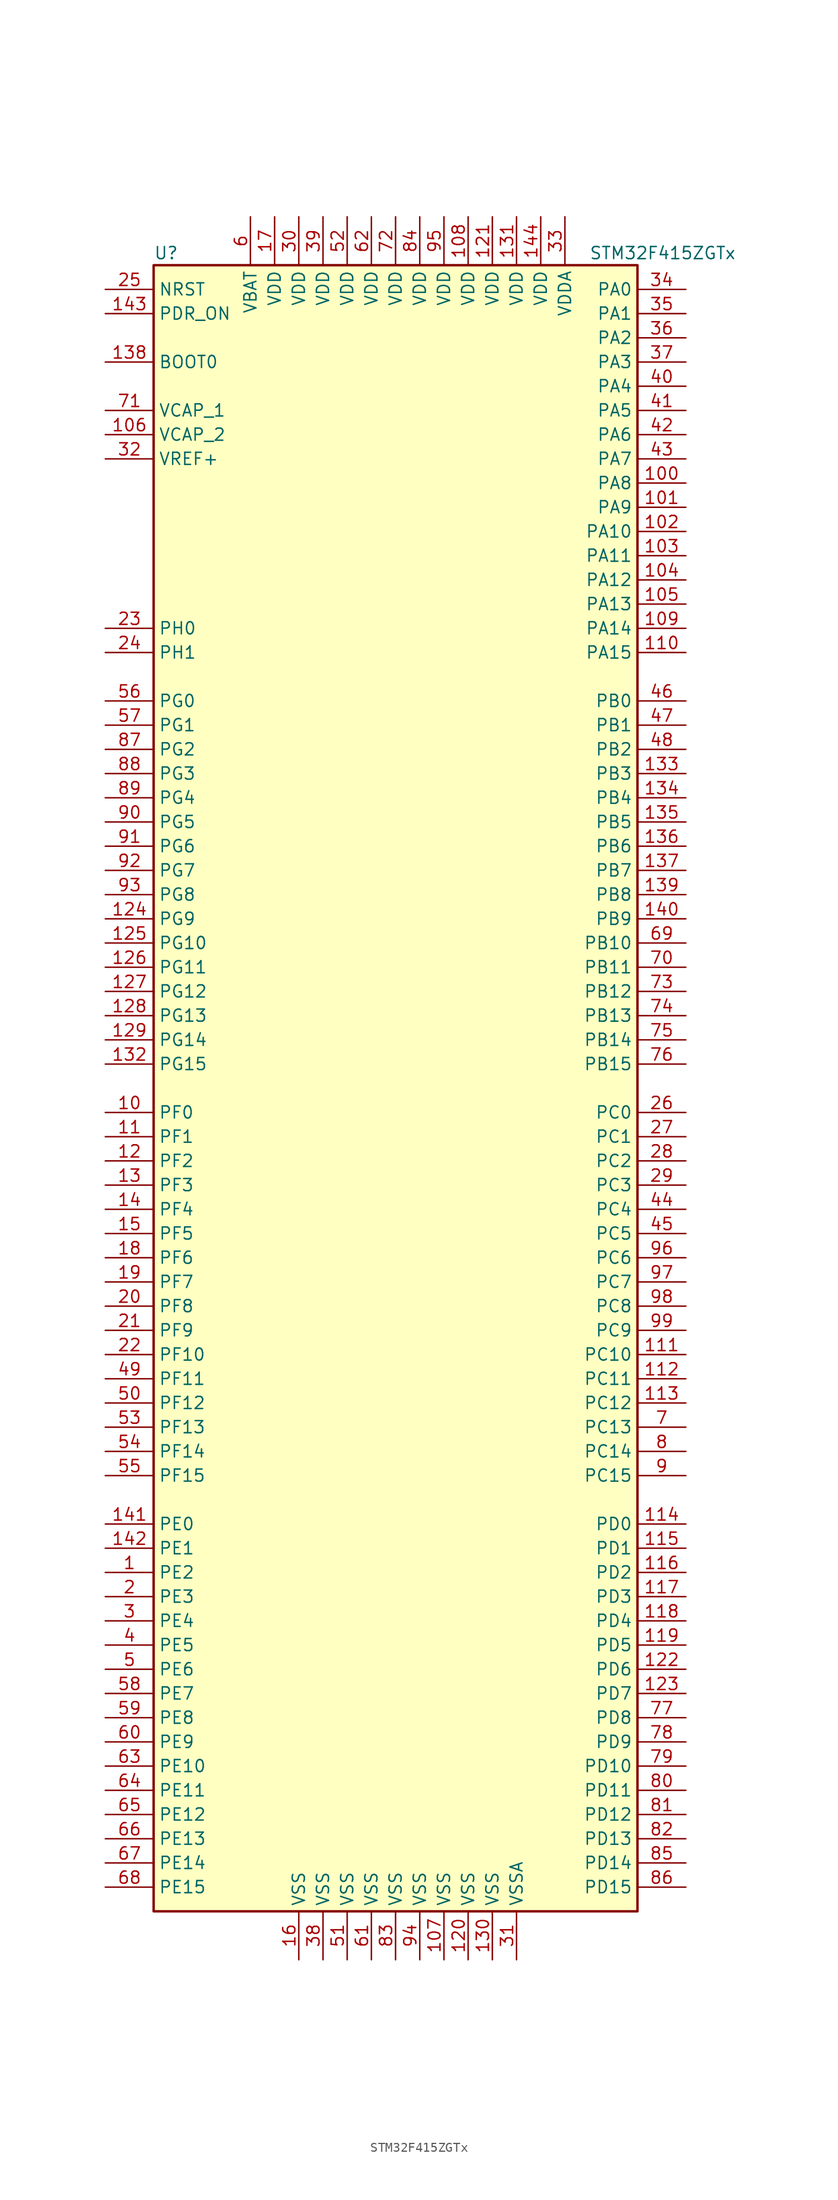
<source format=kicad_sym>
(kicad_symbol_lib
  (version 20220914)
  (generator kicad_symbol_editor)
  (symbol "STM32F415ZGTx"
    (property "Reference" "U"
      (at -25.4 87.63 0)
      (effects (font (size 1.27 1.27)) (justify left)))
    (property "Value" "STM32F415ZGTx"
      (at 20.32 87.63 0)
      (effects (font (size 1.27 1.27)) (justify left)))
    (symbol "STM32F415ZGTx_0_1"
      (rectangle (start -25.4 -86.36) (end 25.4 86.36) (stroke (width 0.254) (type default)) (fill (type background))))
    (symbol "STM32F415ZGTx_1_1"
      (pin bidirectional line (at -30.48 -50.8 0) (length 5.08) (name "PE2" (effects (font (size 1.27 1.27)))) (number "1" (effects (font (size 1.27 1.27)))))
      (pin bidirectional line (at -30.48 -2.54 0) (length 5.08) (name "PF0" (effects (font (size 1.27 1.27)))) (number "10" (effects (font (size 1.27 1.27)))))
      (pin bidirectional line (at 30.48 63.5 180) (length 5.08) (name "PA8" (effects (font (size 1.27 1.27)))) (number "100" (effects (font (size 1.27 1.27)))))
      (pin bidirectional line (at 30.48 60.96 180) (length 5.08) (name "PA9" (effects (font (size 1.27 1.27)))) (number "101" (effects (font (size 1.27 1.27)))))
      (pin bidirectional line (at 30.48 58.42 180) (length 5.08) (name "PA10" (effects (font (size 1.27 1.27)))) (number "102" (effects (font (size 1.27 1.27)))))
      (pin bidirectional line (at 30.48 55.88 180) (length 5.08) (name "PA11" (effects (font (size 1.27 1.27)))) (number "103" (effects (font (size 1.27 1.27)))))
      (pin bidirectional line (at 30.48 53.34 180) (length 5.08) (name "PA12" (effects (font (size 1.27 1.27)))) (number "104" (effects (font (size 1.27 1.27)))))
      (pin bidirectional line (at 30.48 50.8 180) (length 5.08) (name "PA13" (effects (font (size 1.27 1.27)))) (number "105" (effects (font (size 1.27 1.27)))))
      (pin power_in line (at -30.48 68.58 0) (length 5.08) (name "VCAP_2" (effects (font (size 1.27 1.27)))) (number "106" (effects (font (size 1.27 1.27)))))
      (pin power_in line (at 5.08 -91.44 90) (length 5.08) (name "VSS" (effects (font (size 1.27 1.27)))) (number "107" (effects (font (size 1.27 1.27)))))
      (pin power_in line (at 7.62 91.44 270) (length 5.08) (name "VDD" (effects (font (size 1.27 1.27)))) (number "108" (effects (font (size 1.27 1.27)))))
      (pin bidirectional line (at 30.48 48.26 180) (length 5.08) (name "PA14" (effects (font (size 1.27 1.27)))) (number "109" (effects (font (size 1.27 1.27)))))
      (pin bidirectional line (at -30.48 -5.08 0) (length 5.08) (name "PF1" (effects (font (size 1.27 1.27)))) (number "11" (effects (font (size 1.27 1.27)))))
      (pin bidirectional line (at 30.48 45.72 180) (length 5.08) (name "PA15" (effects (font (size 1.27 1.27)))) (number "110" (effects (font (size 1.27 1.27)))))
      (pin bidirectional line (at 30.48 -27.94 180) (length 5.08) (name "PC10" (effects (font (size 1.27 1.27)))) (number "111" (effects (font (size 1.27 1.27)))))
      (pin bidirectional line (at 30.48 -30.48 180) (length 5.08) (name "PC11" (effects (font (size 1.27 1.27)))) (number "112" (effects (font (size 1.27 1.27)))))
      (pin bidirectional line (at 30.48 -33.02 180) (length 5.08) (name "PC12" (effects (font (size 1.27 1.27)))) (number "113" (effects (font (size 1.27 1.27)))))
      (pin bidirectional line (at 30.48 -45.72 180) (length 5.08) (name "PD0" (effects (font (size 1.27 1.27)))) (number "114" (effects (font (size 1.27 1.27)))))
      (pin bidirectional line (at 30.48 -48.26 180) (length 5.08) (name "PD1" (effects (font (size 1.27 1.27)))) (number "115" (effects (font (size 1.27 1.27)))))
      (pin bidirectional line (at 30.48 -50.8 180) (length 5.08) (name "PD2" (effects (font (size 1.27 1.27)))) (number "116" (effects (font (size 1.27 1.27)))))
      (pin bidirectional line (at 30.48 -53.34 180) (length 5.08) (name "PD3" (effects (font (size 1.27 1.27)))) (number "117" (effects (font (size 1.27 1.27)))))
      (pin bidirectional line (at 30.48 -55.88 180) (length 5.08) (name "PD4" (effects (font (size 1.27 1.27)))) (number "118" (effects (font (size 1.27 1.27)))))
      (pin bidirectional line (at 30.48 -58.42 180) (length 5.08) (name "PD5" (effects (font (size 1.27 1.27)))) (number "119" (effects (font (size 1.27 1.27)))))
      (pin bidirectional line (at -30.48 -7.62 0) (length 5.08) (name "PF2" (effects (font (size 1.27 1.27)))) (number "12" (effects (font (size 1.27 1.27)))))
      (pin power_in line (at 7.62 -91.44 90) (length 5.08) (name "VSS" (effects (font (size 1.27 1.27)))) (number "120" (effects (font (size 1.27 1.27)))))
      (pin power_in line (at 10.16 91.44 270) (length 5.08) (name "VDD" (effects (font (size 1.27 1.27)))) (number "121" (effects (font (size 1.27 1.27)))))
      (pin bidirectional line (at 30.48 -60.96 180) (length 5.08) (name "PD6" (effects (font (size 1.27 1.27)))) (number "122" (effects (font (size 1.27 1.27)))))
      (pin bidirectional line (at 30.48 -63.5 180) (length 5.08) (name "PD7" (effects (font (size 1.27 1.27)))) (number "123" (effects (font (size 1.27 1.27)))))
      (pin bidirectional line (at -30.48 17.78 0) (length 5.08) (name "PG9" (effects (font (size 1.27 1.27)))) (number "124" (effects (font (size 1.27 1.27)))))
      (pin bidirectional line (at -30.48 15.24 0) (length 5.08) (name "PG10" (effects (font (size 1.27 1.27)))) (number "125" (effects (font (size 1.27 1.27)))))
      (pin bidirectional line (at -30.48 12.7 0) (length 5.08) (name "PG11" (effects (font (size 1.27 1.27)))) (number "126" (effects (font (size 1.27 1.27)))))
      (pin bidirectional line (at -30.48 10.16 0) (length 5.08) (name "PG12" (effects (font (size 1.27 1.27)))) (number "127" (effects (font (size 1.27 1.27)))))
      (pin bidirectional line (at -30.48 7.62 0) (length 5.08) (name "PG13" (effects (font (size 1.27 1.27)))) (number "128" (effects (font (size 1.27 1.27)))))
      (pin bidirectional line (at -30.48 5.08 0) (length 5.08) (name "PG14" (effects (font (size 1.27 1.27)))) (number "129" (effects (font (size 1.27 1.27)))))
      (pin bidirectional line (at -30.48 -10.16 0) (length 5.08) (name "PF3" (effects (font (size 1.27 1.27)))) (number "13" (effects (font (size 1.27 1.27)))))
      (pin power_in line (at 10.16 -91.44 90) (length 5.08) (name "VSS" (effects (font (size 1.27 1.27)))) (number "130" (effects (font (size 1.27 1.27)))))
      (pin power_in line (at 12.7 91.44 270) (length 5.08) (name "VDD" (effects (font (size 1.27 1.27)))) (number "131" (effects (font (size 1.27 1.27)))))
      (pin bidirectional line (at -30.48 2.54 0) (length 5.08) (name "PG15" (effects (font (size 1.27 1.27)))) (number "132" (effects (font (size 1.27 1.27)))))
      (pin bidirectional line (at 30.48 33.02 180) (length 5.08) (name "PB3" (effects (font (size 1.27 1.27)))) (number "133" (effects (font (size 1.27 1.27)))))
      (pin bidirectional line (at 30.48 30.48 180) (length 5.08) (name "PB4" (effects (font (size 1.27 1.27)))) (number "134" (effects (font (size 1.27 1.27)))))
      (pin bidirectional line (at 30.48 27.94 180) (length 5.08) (name "PB5" (effects (font (size 1.27 1.27)))) (number "135" (effects (font (size 1.27 1.27)))))
      (pin bidirectional line (at 30.48 25.4 180) (length 5.08) (name "PB6" (effects (font (size 1.27 1.27)))) (number "136" (effects (font (size 1.27 1.27)))))
      (pin bidirectional line (at 30.48 22.86 180) (length 5.08) (name "PB7" (effects (font (size 1.27 1.27)))) (number "137" (effects (font (size 1.27 1.27)))))
      (pin input line (at -30.48 76.2 0) (length 5.08) (name "BOOT0" (effects (font (size 1.27 1.27)))) (number "138" (effects (font (size 1.27 1.27)))))
      (pin bidirectional line (at 30.48 20.32 180) (length 5.08) (name "PB8" (effects (font (size 1.27 1.27)))) (number "139" (effects (font (size 1.27 1.27)))))
      (pin bidirectional line (at -30.48 -12.7 0) (length 5.08) (name "PF4" (effects (font (size 1.27 1.27)))) (number "14" (effects (font (size 1.27 1.27)))))
      (pin bidirectional line (at 30.48 17.78 180) (length 5.08) (name "PB9" (effects (font (size 1.27 1.27)))) (number "140" (effects (font (size 1.27 1.27)))))
      (pin bidirectional line (at -30.48 -45.72 0) (length 5.08) (name "PE0" (effects (font (size 1.27 1.27)))) (number "141" (effects (font (size 1.27 1.27)))))
      (pin bidirectional line (at -30.48 -48.26 0) (length 5.08) (name "PE1" (effects (font (size 1.27 1.27)))) (number "142" (effects (font (size 1.27 1.27)))))
      (pin input line (at -30.48 81.28 0) (length 5.08) (name "PDR_ON" (effects (font (size 1.27 1.27)))) (number "143" (effects (font (size 1.27 1.27)))))
      (pin power_in line (at 15.24 91.44 270) (length 5.08) (name "VDD" (effects (font (size 1.27 1.27)))) (number "144" (effects (font (size 1.27 1.27)))))
      (pin bidirectional line (at -30.48 -15.24 0) (length 5.08) (name "PF5" (effects (font (size 1.27 1.27)))) (number "15" (effects (font (size 1.27 1.27)))))
      (pin power_in line (at -10.16 -91.44 90) (length 5.08) (name "VSS" (effects (font (size 1.27 1.27)))) (number "16" (effects (font (size 1.27 1.27)))))
      (pin power_in line (at -12.7 91.44 270) (length 5.08) (name "VDD" (effects (font (size 1.27 1.27)))) (number "17" (effects (font (size 1.27 1.27)))))
      (pin bidirectional line (at -30.48 -17.78 0) (length 5.08) (name "PF6" (effects (font (size 1.27 1.27)))) (number "18" (effects (font (size 1.27 1.27)))))
      (pin bidirectional line (at -30.48 -20.32 0) (length 5.08) (name "PF7" (effects (font (size 1.27 1.27)))) (number "19" (effects (font (size 1.27 1.27)))))
      (pin bidirectional line (at -30.48 -53.34 0) (length 5.08) (name "PE3" (effects (font (size 1.27 1.27)))) (number "2" (effects (font (size 1.27 1.27)))))
      (pin bidirectional line (at -30.48 -22.86 0) (length 5.08) (name "PF8" (effects (font (size 1.27 1.27)))) (number "20" (effects (font (size 1.27 1.27)))))
      (pin bidirectional line (at -30.48 -25.4 0) (length 5.08) (name "PF9" (effects (font (size 1.27 1.27)))) (number "21" (effects (font (size 1.27 1.27)))))
      (pin bidirectional line (at -30.48 -27.94 0) (length 5.08) (name "PF10" (effects (font (size 1.27 1.27)))) (number "22" (effects (font (size 1.27 1.27)))))
      (pin input line (at -30.48 48.26 0) (length 5.08) (name "PH0" (effects (font (size 1.27 1.27)))) (number "23" (effects (font (size 1.27 1.27)))))
      (pin input line (at -30.48 45.72 0) (length 5.08) (name "PH1" (effects (font (size 1.27 1.27)))) (number "24" (effects (font (size 1.27 1.27)))))
      (pin input line (at -30.48 83.82 0) (length 5.08) (name "NRST" (effects (font (size 1.27 1.27)))) (number "25" (effects (font (size 1.27 1.27)))))
      (pin bidirectional line (at 30.48 -2.54 180) (length 5.08) (name "PC0" (effects (font (size 1.27 1.27)))) (number "26" (effects (font (size 1.27 1.27)))))
      (pin bidirectional line (at 30.48 -5.08 180) (length 5.08) (name "PC1" (effects (font (size 1.27 1.27)))) (number "27" (effects (font (size 1.27 1.27)))))
      (pin bidirectional line (at 30.48 -7.62 180) (length 5.08) (name "PC2" (effects (font (size 1.27 1.27)))) (number "28" (effects (font (size 1.27 1.27)))))
      (pin bidirectional line (at 30.48 -10.16 180) (length 5.08) (name "PC3" (effects (font (size 1.27 1.27)))) (number "29" (effects (font (size 1.27 1.27)))))
      (pin bidirectional line (at -30.48 -55.88 0) (length 5.08) (name "PE4" (effects (font (size 1.27 1.27)))) (number "3" (effects (font (size 1.27 1.27)))))
      (pin power_in line (at -10.16 91.44 270) (length 5.08) (name "VDD" (effects (font (size 1.27 1.27)))) (number "30" (effects (font (size 1.27 1.27)))))
      (pin power_in line (at 12.7 -91.44 90) (length 5.08) (name "VSSA" (effects (font (size 1.27 1.27)))) (number "31" (effects (font (size 1.27 1.27)))))
      (pin power_in line (at -30.48 66.04 0) (length 5.08) (name "VREF+" (effects (font (size 1.27 1.27)))) (number "32" (effects (font (size 1.27 1.27)))))
      (pin power_in line (at 17.78 91.44 270) (length 5.08) (name "VDDA" (effects (font (size 1.27 1.27)))) (number "33" (effects (font (size 1.27 1.27)))))
      (pin bidirectional line (at 30.48 83.82 180) (length 5.08) (name "PA0" (effects (font (size 1.27 1.27)))) (number "34" (effects (font (size 1.27 1.27)))))
      (pin bidirectional line (at 30.48 81.28 180) (length 5.08) (name "PA1" (effects (font (size 1.27 1.27)))) (number "35" (effects (font (size 1.27 1.27)))))
      (pin bidirectional line (at 30.48 78.74 180) (length 5.08) (name "PA2" (effects (font (size 1.27 1.27)))) (number "36" (effects (font (size 1.27 1.27)))))
      (pin bidirectional line (at 30.48 76.2 180) (length 5.08) (name "PA3" (effects (font (size 1.27 1.27)))) (number "37" (effects (font (size 1.27 1.27)))))
      (pin power_in line (at -7.62 -91.44 90) (length 5.08) (name "VSS" (effects (font (size 1.27 1.27)))) (number "38" (effects (font (size 1.27 1.27)))))
      (pin power_in line (at -7.62 91.44 270) (length 5.08) (name "VDD" (effects (font (size 1.27 1.27)))) (number "39" (effects (font (size 1.27 1.27)))))
      (pin bidirectional line (at -30.48 -58.42 0) (length 5.08) (name "PE5" (effects (font (size 1.27 1.27)))) (number "4" (effects (font (size 1.27 1.27)))))
      (pin bidirectional line (at 30.48 73.66 180) (length 5.08) (name "PA4" (effects (font (size 1.27 1.27)))) (number "40" (effects (font (size 1.27 1.27)))))
      (pin bidirectional line (at 30.48 71.12 180) (length 5.08) (name "PA5" (effects (font (size 1.27 1.27)))) (number "41" (effects (font (size 1.27 1.27)))))
      (pin bidirectional line (at 30.48 68.58 180) (length 5.08) (name "PA6" (effects (font (size 1.27 1.27)))) (number "42" (effects (font (size 1.27 1.27)))))
      (pin bidirectional line (at 30.48 66.04 180) (length 5.08) (name "PA7" (effects (font (size 1.27 1.27)))) (number "43" (effects (font (size 1.27 1.27)))))
      (pin bidirectional line (at 30.48 -12.7 180) (length 5.08) (name "PC4" (effects (font (size 1.27 1.27)))) (number "44" (effects (font (size 1.27 1.27)))))
      (pin bidirectional line (at 30.48 -15.24 180) (length 5.08) (name "PC5" (effects (font (size 1.27 1.27)))) (number "45" (effects (font (size 1.27 1.27)))))
      (pin bidirectional line (at 30.48 40.64 180) (length 5.08) (name "PB0" (effects (font (size 1.27 1.27)))) (number "46" (effects (font (size 1.27 1.27)))))
      (pin bidirectional line (at 30.48 38.1 180) (length 5.08) (name "PB1" (effects (font (size 1.27 1.27)))) (number "47" (effects (font (size 1.27 1.27)))))
      (pin bidirectional line (at 30.48 35.56 180) (length 5.08) (name "PB2" (effects (font (size 1.27 1.27)))) (number "48" (effects (font (size 1.27 1.27)))))
      (pin bidirectional line (at -30.48 -30.48 0) (length 5.08) (name "PF11" (effects (font (size 1.27 1.27)))) (number "49" (effects (font (size 1.27 1.27)))))
      (pin bidirectional line (at -30.48 -60.96 0) (length 5.08) (name "PE6" (effects (font (size 1.27 1.27)))) (number "5" (effects (font (size 1.27 1.27)))))
      (pin bidirectional line (at -30.48 -33.02 0) (length 5.08) (name "PF12" (effects (font (size 1.27 1.27)))) (number "50" (effects (font (size 1.27 1.27)))))
      (pin power_in line (at -5.08 -91.44 90) (length 5.08) (name "VSS" (effects (font (size 1.27 1.27)))) (number "51" (effects (font (size 1.27 1.27)))))
      (pin power_in line (at -5.08 91.44 270) (length 5.08) (name "VDD" (effects (font (size 1.27 1.27)))) (number "52" (effects (font (size 1.27 1.27)))))
      (pin bidirectional line (at -30.48 -35.56 0) (length 5.08) (name "PF13" (effects (font (size 1.27 1.27)))) (number "53" (effects (font (size 1.27 1.27)))))
      (pin bidirectional line (at -30.48 -38.1 0) (length 5.08) (name "PF14" (effects (font (size 1.27 1.27)))) (number "54" (effects (font (size 1.27 1.27)))))
      (pin bidirectional line (at -30.48 -40.64 0) (length 5.08) (name "PF15" (effects (font (size 1.27 1.27)))) (number "55" (effects (font (size 1.27 1.27)))))
      (pin bidirectional line (at -30.48 40.64 0) (length 5.08) (name "PG0" (effects (font (size 1.27 1.27)))) (number "56" (effects (font (size 1.27 1.27)))))
      (pin bidirectional line (at -30.48 38.1 0) (length 5.08) (name "PG1" (effects (font (size 1.27 1.27)))) (number "57" (effects (font (size 1.27 1.27)))))
      (pin bidirectional line (at -30.48 -63.5 0) (length 5.08) (name "PE7" (effects (font (size 1.27 1.27)))) (number "58" (effects (font (size 1.27 1.27)))))
      (pin bidirectional line (at -30.48 -66.04 0) (length 5.08) (name "PE8" (effects (font (size 1.27 1.27)))) (number "59" (effects (font (size 1.27 1.27)))))
      (pin power_in line (at -15.24 91.44 270) (length 5.08) (name "VBAT" (effects (font (size 1.27 1.27)))) (number "6" (effects (font (size 1.27 1.27)))))
      (pin bidirectional line (at -30.48 -68.58 0) (length 5.08) (name "PE9" (effects (font (size 1.27 1.27)))) (number "60" (effects (font (size 1.27 1.27)))))
      (pin power_in line (at -2.54 -91.44 90) (length 5.08) (name "VSS" (effects (font (size 1.27 1.27)))) (number "61" (effects (font (size 1.27 1.27)))))
      (pin power_in line (at -2.54 91.44 270) (length 5.08) (name "VDD" (effects (font (size 1.27 1.27)))) (number "62" (effects (font (size 1.27 1.27)))))
      (pin bidirectional line (at -30.48 -71.12 0) (length 5.08) (name "PE10" (effects (font (size 1.27 1.27)))) (number "63" (effects (font (size 1.27 1.27)))))
      (pin bidirectional line (at -30.48 -73.66 0) (length 5.08) (name "PE11" (effects (font (size 1.27 1.27)))) (number "64" (effects (font (size 1.27 1.27)))))
      (pin bidirectional line (at -30.48 -76.2 0) (length 5.08) (name "PE12" (effects (font (size 1.27 1.27)))) (number "65" (effects (font (size 1.27 1.27)))))
      (pin bidirectional line (at -30.48 -78.74 0) (length 5.08) (name "PE13" (effects (font (size 1.27 1.27)))) (number "66" (effects (font (size 1.27 1.27)))))
      (pin bidirectional line (at -30.48 -81.28 0) (length 5.08) (name "PE14" (effects (font (size 1.27 1.27)))) (number "67" (effects (font (size 1.27 1.27)))))
      (pin bidirectional line (at -30.48 -83.82 0) (length 5.08) (name "PE15" (effects (font (size 1.27 1.27)))) (number "68" (effects (font (size 1.27 1.27)))))
      (pin bidirectional line (at 30.48 15.24 180) (length 5.08) (name "PB10" (effects (font (size 1.27 1.27)))) (number "69" (effects (font (size 1.27 1.27)))))
      (pin bidirectional line (at 30.48 -35.56 180) (length 5.08) (name "PC13" (effects (font (size 1.27 1.27)))) (number "7" (effects (font (size 1.27 1.27)))))
      (pin bidirectional line (at 30.48 12.7 180) (length 5.08) (name "PB11" (effects (font (size 1.27 1.27)))) (number "70" (effects (font (size 1.27 1.27)))))
      (pin power_in line (at -30.48 71.12 0) (length 5.08) (name "VCAP_1" (effects (font (size 1.27 1.27)))) (number "71" (effects (font (size 1.27 1.27)))))
      (pin power_in line (at 0 91.44 270) (length 5.08) (name "VDD" (effects (font (size 1.27 1.27)))) (number "72" (effects (font (size 1.27 1.27)))))
      (pin bidirectional line (at 30.48 10.16 180) (length 5.08) (name "PB12" (effects (font (size 1.27 1.27)))) (number "73" (effects (font (size 1.27 1.27)))))
      (pin bidirectional line (at 30.48 7.62 180) (length 5.08) (name "PB13" (effects (font (size 1.27 1.27)))) (number "74" (effects (font (size 1.27 1.27)))))
      (pin bidirectional line (at 30.48 5.08 180) (length 5.08) (name "PB14" (effects (font (size 1.27 1.27)))) (number "75" (effects (font (size 1.27 1.27)))))
      (pin bidirectional line (at 30.48 2.54 180) (length 5.08) (name "PB15" (effects (font (size 1.27 1.27)))) (number "76" (effects (font (size 1.27 1.27)))))
      (pin bidirectional line (at 30.48 -66.04 180) (length 5.08) (name "PD8" (effects (font (size 1.27 1.27)))) (number "77" (effects (font (size 1.27 1.27)))))
      (pin bidirectional line (at 30.48 -68.58 180) (length 5.08) (name "PD9" (effects (font (size 1.27 1.27)))) (number "78" (effects (font (size 1.27 1.27)))))
      (pin bidirectional line (at 30.48 -71.12 180) (length 5.08) (name "PD10" (effects (font (size 1.27 1.27)))) (number "79" (effects (font (size 1.27 1.27)))))
      (pin bidirectional line (at 30.48 -38.1 180) (length 5.08) (name "PC14" (effects (font (size 1.27 1.27)))) (number "8" (effects (font (size 1.27 1.27)))))
      (pin bidirectional line (at 30.48 -73.66 180) (length 5.08) (name "PD11" (effects (font (size 1.27 1.27)))) (number "80" (effects (font (size 1.27 1.27)))))
      (pin bidirectional line (at 30.48 -76.2 180) (length 5.08) (name "PD12" (effects (font (size 1.27 1.27)))) (number "81" (effects (font (size 1.27 1.27)))))
      (pin bidirectional line (at 30.48 -78.74 180) (length 5.08) (name "PD13" (effects (font (size 1.27 1.27)))) (number "82" (effects (font (size 1.27 1.27)))))
      (pin power_in line (at 0 -91.44 90) (length 5.08) (name "VSS" (effects (font (size 1.27 1.27)))) (number "83" (effects (font (size 1.27 1.27)))))
      (pin power_in line (at 2.54 91.44 270) (length 5.08) (name "VDD" (effects (font (size 1.27 1.27)))) (number "84" (effects (font (size 1.27 1.27)))))
      (pin bidirectional line (at 30.48 -81.28 180) (length 5.08) (name "PD14" (effects (font (size 1.27 1.27)))) (number "85" (effects (font (size 1.27 1.27)))))
      (pin bidirectional line (at 30.48 -83.82 180) (length 5.08) (name "PD15" (effects (font (size 1.27 1.27)))) (number "86" (effects (font (size 1.27 1.27)))))
      (pin bidirectional line (at -30.48 35.56 0) (length 5.08) (name "PG2" (effects (font (size 1.27 1.27)))) (number "87" (effects (font (size 1.27 1.27)))))
      (pin bidirectional line (at -30.48 33.02 0) (length 5.08) (name "PG3" (effects (font (size 1.27 1.27)))) (number "88" (effects (font (size 1.27 1.27)))))
      (pin bidirectional line (at -30.48 30.48 0) (length 5.08) (name "PG4" (effects (font (size 1.27 1.27)))) (number "89" (effects (font (size 1.27 1.27)))))
      (pin bidirectional line (at 30.48 -40.64 180) (length 5.08) (name "PC15" (effects (font (size 1.27 1.27)))) (number "9" (effects (font (size 1.27 1.27)))))
      (pin bidirectional line (at -30.48 27.94 0) (length 5.08) (name "PG5" (effects (font (size 1.27 1.27)))) (number "90" (effects (font (size 1.27 1.27)))))
      (pin bidirectional line (at -30.48 25.4 0) (length 5.08) (name "PG6" (effects (font (size 1.27 1.27)))) (number "91" (effects (font (size 1.27 1.27)))))
      (pin bidirectional line (at -30.48 22.86 0) (length 5.08) (name "PG7" (effects (font (size 1.27 1.27)))) (number "92" (effects (font (size 1.27 1.27)))))
      (pin bidirectional line (at -30.48 20.32 0) (length 5.08) (name "PG8" (effects (font (size 1.27 1.27)))) (number "93" (effects (font (size 1.27 1.27)))))
      (pin power_in line (at 2.54 -91.44 90) (length 5.08) (name "VSS" (effects (font (size 1.27 1.27)))) (number "94" (effects (font (size 1.27 1.27)))))
      (pin power_in line (at 5.08 91.44 270) (length 5.08) (name "VDD" (effects (font (size 1.27 1.27)))) (number "95" (effects (font (size 1.27 1.27)))))
      (pin bidirectional line (at 30.48 -17.78 180) (length 5.08) (name "PC6" (effects (font (size 1.27 1.27)))) (number "96" (effects (font (size 1.27 1.27)))))
      (pin bidirectional line (at 30.48 -20.32 180) (length 5.08) (name "PC7" (effects (font (size 1.27 1.27)))) (number "97" (effects (font (size 1.27 1.27)))))
      (pin bidirectional line (at 30.48 -22.86 180) (length 5.08) (name "PC8" (effects (font (size 1.27 1.27)))) (number "98" (effects (font (size 1.27 1.27)))))
      (pin bidirectional line (at 30.48 -25.4 180) (length 5.08) (name "PC9" (effects (font (size 1.27 1.27)))) (number "99" (effects (font (size 1.27 1.27))))))))
</source>
